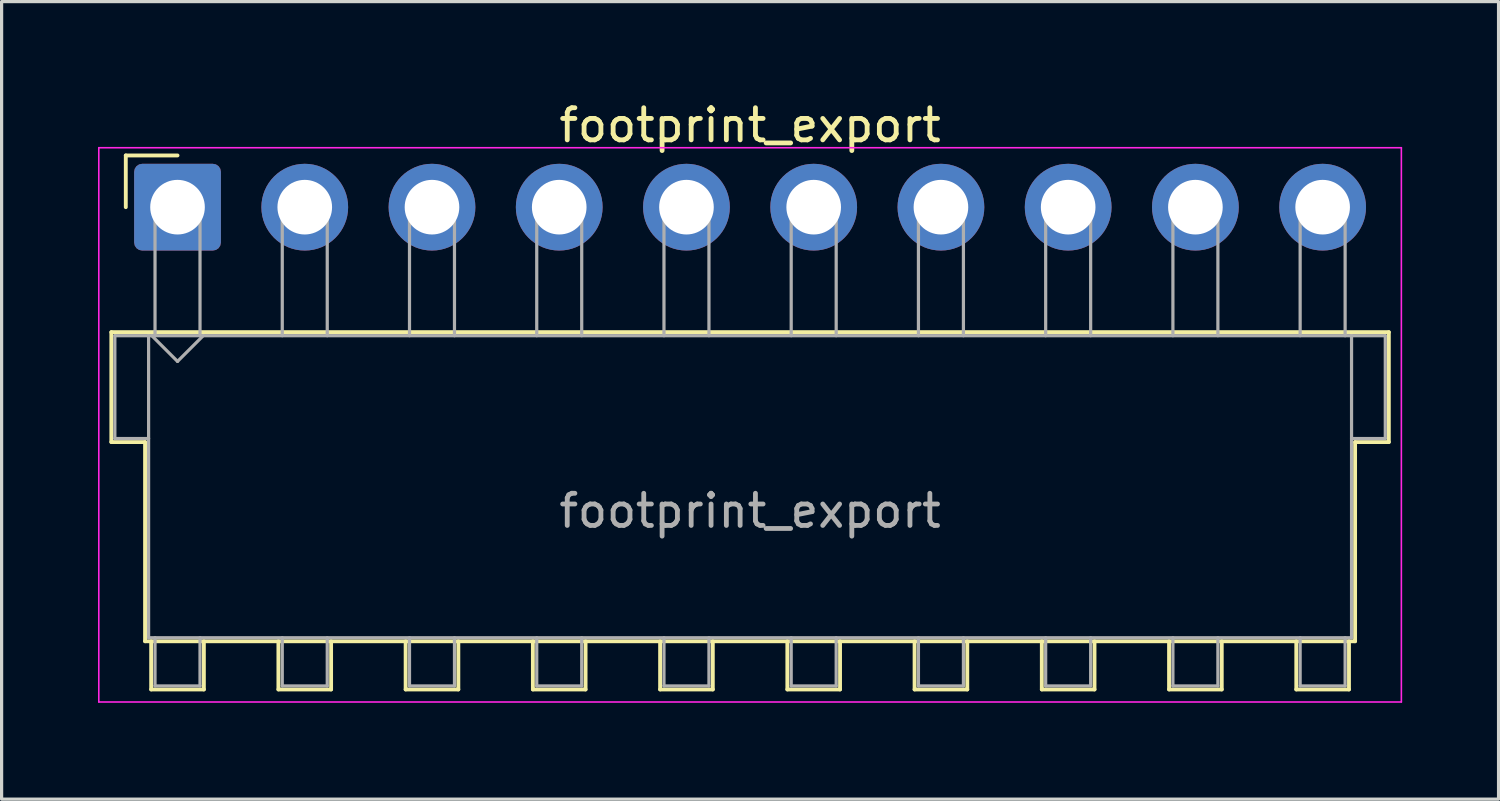
<source format=kicad_pcb>
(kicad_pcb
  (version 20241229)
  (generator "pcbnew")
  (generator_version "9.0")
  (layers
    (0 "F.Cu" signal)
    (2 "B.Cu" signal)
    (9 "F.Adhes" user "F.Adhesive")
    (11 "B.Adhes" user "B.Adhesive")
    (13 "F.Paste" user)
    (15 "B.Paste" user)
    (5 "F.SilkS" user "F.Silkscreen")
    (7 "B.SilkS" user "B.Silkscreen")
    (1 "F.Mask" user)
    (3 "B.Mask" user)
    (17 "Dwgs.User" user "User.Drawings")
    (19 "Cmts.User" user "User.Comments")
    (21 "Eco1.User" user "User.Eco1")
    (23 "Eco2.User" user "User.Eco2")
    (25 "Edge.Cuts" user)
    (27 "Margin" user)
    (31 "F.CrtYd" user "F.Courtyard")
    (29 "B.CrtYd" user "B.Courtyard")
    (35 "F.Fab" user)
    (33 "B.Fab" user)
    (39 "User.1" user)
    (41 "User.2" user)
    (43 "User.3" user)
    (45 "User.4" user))
  (footprint "footprint_export"
    (layer "F.Cu")
    (at 2.475 3.398)
    (property "Reference" "footprint_export" (at 17.82 -2.55 0) (layer "F.SilkS") (effects (font (size 1 1) (thickness 0.15))))
    (attr through_hole)
    (fp_line (start -2.06 3.89) (end 37.7 3.89) (stroke (width 0.12) (type solid)) (layer "F.SilkS"))
    (fp_line (start -2.06 7.31) (end -2.06 3.89) (stroke (width 0.12) (type solid)) (layer "F.SilkS"))
    (fp_line (start -1.61 -1.61) (end -1.61 0) (stroke (width 0.12) (type solid)) (layer "F.SilkS"))
    (fp_line (start -1.01 7.31) (end -2.06 7.31) (stroke (width 0.12) (type solid)) (layer "F.SilkS"))
    (fp_line (start -1.01 13.51) (end -1.01 7.31) (stroke (width 0.12) (type solid)) (layer "F.SilkS"))
    (fp_line (start -0.82 13.51) (end -0.82 15.01) (stroke (width 0.12) (type solid)) (layer "F.SilkS"))
    (fp_line (start -0.82 15.01) (end 0.82 15.01) (stroke (width 0.12) (type solid)) (layer "F.SilkS"))
    (fp_line (start 0 -1.61) (end -1.61 -1.61) (stroke (width 0.12) (type solid)) (layer "F.SilkS"))
    (fp_line (start 0.82 15.01) (end 0.82 13.51) (stroke (width 0.12) (type solid)) (layer "F.SilkS"))
    (fp_line (start 3.14 13.51) (end 3.14 15.01) (stroke (width 0.12) (type solid)) (layer "F.SilkS"))
    (fp_line (start 3.14 15.01) (end 4.78 15.01) (stroke (width 0.12) (type solid)) (layer "F.SilkS"))
    (fp_line (start 4.78 15.01) (end 4.78 13.51) (stroke (width 0.12) (type solid)) (layer "F.SilkS"))
    (fp_line (start 7.1 13.51) (end 7.1 15.01) (stroke (width 0.12) (type solid)) (layer "F.SilkS"))
    (fp_line (start 7.1 15.01) (end 8.74 15.01) (stroke (width 0.12) (type solid)) (layer "F.SilkS"))
    (fp_line (start 8.74 15.01) (end 8.74 13.51) (stroke (width 0.12) (type solid)) (layer "F.SilkS"))
    (fp_line (start 11.06 13.51) (end 11.06 15.01) (stroke (width 0.12) (type solid)) (layer "F.SilkS"))
    (fp_line (start 11.06 15.01) (end 12.7 15.01) (stroke (width 0.12) (type solid)) (layer "F.SilkS"))
    (fp_line (start 12.7 15.01) (end 12.7 13.51) (stroke (width 0.12) (type solid)) (layer "F.SilkS"))
    (fp_line (start 15.02 13.51) (end 15.02 15.01) (stroke (width 0.12) (type solid)) (layer "F.SilkS"))
    (fp_line (start 15.02 15.01) (end 16.66 15.01) (stroke (width 0.12) (type solid)) (layer "F.SilkS"))
    (fp_line (start 16.66 15.01) (end 16.66 13.51) (stroke (width 0.12) (type solid)) (layer "F.SilkS"))
    (fp_line (start 18.98 13.51) (end 18.98 15.01) (stroke (width 0.12) (type solid)) (layer "F.SilkS"))
    (fp_line (start 18.98 15.01) (end 20.62 15.01) (stroke (width 0.12) (type solid)) (layer "F.SilkS"))
    (fp_line (start 20.62 15.01) (end 20.62 13.51) (stroke (width 0.12) (type solid)) (layer "F.SilkS"))
    (fp_line (start 22.94 13.51) (end 22.94 15.01) (stroke (width 0.12) (type solid)) (layer "F.SilkS"))
    (fp_line (start 22.94 15.01) (end 24.58 15.01) (stroke (width 0.12) (type solid)) (layer "F.SilkS"))
    (fp_line (start 24.58 15.01) (end 24.58 13.51) (stroke (width 0.12) (type solid)) (layer "F.SilkS"))
    (fp_line (start 26.9 13.51) (end 26.9 15.01) (stroke (width 0.12) (type solid)) (layer "F.SilkS"))
    (fp_line (start 26.9 15.01) (end 28.54 15.01) (stroke (width 0.12) (type solid)) (layer "F.SilkS"))
    (fp_line (start 28.54 15.01) (end 28.54 13.51) (stroke (width 0.12) (type solid)) (layer "F.SilkS"))
    (fp_line (start 30.86 13.51) (end 30.86 15.01) (stroke (width 0.12) (type solid)) (layer "F.SilkS"))
    (fp_line (start 30.86 15.01) (end 32.5 15.01) (stroke (width 0.12) (type solid)) (layer "F.SilkS"))
    (fp_line (start 32.5 15.01) (end 32.5 13.51) (stroke (width 0.12) (type solid)) (layer "F.SilkS"))
    (fp_line (start 34.82 13.51) (end 34.82 15.01) (stroke (width 0.12) (type solid)) (layer "F.SilkS"))
    (fp_line (start 34.82 15.01) (end 36.46 15.01) (stroke (width 0.12) (type solid)) (layer "F.SilkS"))
    (fp_line (start 36.46 15.01) (end 36.46 13.51) (stroke (width 0.12) (type solid)) (layer "F.SilkS"))
    (fp_line (start 36.65 7.31) (end 36.65 13.51) (stroke (width 0.12) (type solid)) (layer "F.SilkS"))
    (fp_line (start 36.65 13.51) (end -1.01 13.51) (stroke (width 0.12) (type solid)) (layer "F.SilkS"))
    (fp_line (start 37.7 3.89) (end 37.7 7.31) (stroke (width 0.12) (type solid)) (layer "F.SilkS"))
    (fp_line (start 37.7 7.31) (end 36.65 7.31) (stroke (width 0.12) (type solid)) (layer "F.SilkS"))
    (fp_line (start -2.45 -1.85) (end -2.45 15.4) (stroke (width 0.05) (type solid)) (layer "F.CrtYd"))
    (fp_line (start -2.45 15.4) (end 38.09 15.4) (stroke (width 0.05) (type solid)) (layer "F.CrtYd"))
    (fp_line (start 38.09 -1.85) (end -2.45 -1.85) (stroke (width 0.05) (type solid)) (layer "F.CrtYd"))
    (fp_line (start 38.09 15.4) (end 38.09 -1.85) (stroke (width 0.05) (type solid)) (layer "F.CrtYd"))
    (fp_line (start -1.95 4) (end -0.9 4) (stroke (width 0.1) (type solid)) (layer "F.Fab"))
    (fp_line (start -1.95 7.2) (end -1.95 4) (stroke (width 0.1) (type solid)) (layer "F.Fab"))
    (fp_line (start -0.9 4) (end -0.9 13.4) (stroke (width 0.1) (type solid)) (layer "F.Fab"))
    (fp_line (start -0.9 7.2) (end -1.95 7.2) (stroke (width 0.1) (type solid)) (layer "F.Fab"))
    (fp_line (start -0.9 13.4) (end 36.54 13.4) (stroke (width 0.1) (type solid)) (layer "F.Fab"))
    (fp_line (start -0.8 4) (end 0 4.8) (stroke (width 0.1) (type solid)) (layer "F.Fab"))
    (fp_line (start -0.7 0) (end 0.7 0) (stroke (width 0.1) (type solid)) (layer "F.Fab"))
    (fp_line (start -0.7 4) (end -0.7 0) (stroke (width 0.1) (type solid)) (layer "F.Fab"))
    (fp_line (start -0.7 13.4) (end -0.7 14.9) (stroke (width 0.1) (type solid)) (layer "F.Fab"))
    (fp_line (start -0.7 14.9) (end 0.7 14.9) (stroke (width 0.1) (type solid)) (layer "F.Fab"))
    (fp_line (start 0 4.8) (end 0.8 4) (stroke (width 0.1) (type solid)) (layer "F.Fab"))
    (fp_line (start 0.7 0) (end 0.7 4) (stroke (width 0.1) (type solid)) (layer "F.Fab"))
    (fp_line (start 0.7 14.9) (end 0.7 13.4) (stroke (width 0.1) (type solid)) (layer "F.Fab"))
    (fp_line (start 3.26 0) (end 4.66 0) (stroke (width 0.1) (type solid)) (layer "F.Fab"))
    (fp_line (start 3.26 4) (end 3.26 0) (stroke (width 0.1) (type solid)) (layer "F.Fab"))
    (fp_line (start 3.26 13.4) (end 3.26 14.9) (stroke (width 0.1) (type solid)) (layer "F.Fab"))
    (fp_line (start 3.26 14.9) (end 4.66 14.9) (stroke (width 0.1) (type solid)) (layer "F.Fab"))
    (fp_line (start 4.66 0) (end 4.66 4) (stroke (width 0.1) (type solid)) (layer "F.Fab"))
    (fp_line (start 4.66 14.9) (end 4.66 13.4) (stroke (width 0.1) (type solid)) (layer "F.Fab"))
    (fp_line (start 7.22 0) (end 8.62 0) (stroke (width 0.1) (type solid)) (layer "F.Fab"))
    (fp_line (start 7.22 4) (end 7.22 0) (stroke (width 0.1) (type solid)) (layer "F.Fab"))
    (fp_line (start 7.22 13.4) (end 7.22 14.9) (stroke (width 0.1) (type solid)) (layer "F.Fab"))
    (fp_line (start 7.22 14.9) (end 8.62 14.9) (stroke (width 0.1) (type solid)) (layer "F.Fab"))
    (fp_line (start 8.62 0) (end 8.62 4) (stroke (width 0.1) (type solid)) (layer "F.Fab"))
    (fp_line (start 8.62 14.9) (end 8.62 13.4) (stroke (width 0.1) (type solid)) (layer "F.Fab"))
    (fp_line (start 11.18 0) (end 12.58 0) (stroke (width 0.1) (type solid)) (layer "F.Fab"))
    (fp_line (start 11.18 4) (end 11.18 0) (stroke (width 0.1) (type solid)) (layer "F.Fab"))
    (fp_line (start 11.18 13.4) (end 11.18 14.9) (stroke (width 0.1) (type solid)) (layer "F.Fab"))
    (fp_line (start 11.18 14.9) (end 12.58 14.9) (stroke (width 0.1) (type solid)) (layer "F.Fab"))
    (fp_line (start 12.58 0) (end 12.58 4) (stroke (width 0.1) (type solid)) (layer "F.Fab"))
    (fp_line (start 12.58 14.9) (end 12.58 13.4) (stroke (width 0.1) (type solid)) (layer "F.Fab"))
    (fp_line (start 15.14 0) (end 16.54 0) (stroke (width 0.1) (type solid)) (layer "F.Fab"))
    (fp_line (start 15.14 4) (end 15.14 0) (stroke (width 0.1) (type solid)) (layer "F.Fab"))
    (fp_line (start 15.14 13.4) (end 15.14 14.9) (stroke (width 0.1) (type solid)) (layer "F.Fab"))
    (fp_line (start 15.14 14.9) (end 16.54 14.9) (stroke (width 0.1) (type solid)) (layer "F.Fab"))
    (fp_line (start 16.54 0) (end 16.54 4) (stroke (width 0.1) (type solid)) (layer "F.Fab"))
    (fp_line (start 16.54 14.9) (end 16.54 13.4) (stroke (width 0.1) (type solid)) (layer "F.Fab"))
    (fp_line (start 19.1 0) (end 20.5 0) (stroke (width 0.1) (type solid)) (layer "F.Fab"))
    (fp_line (start 19.1 4) (end 19.1 0) (stroke (width 0.1) (type solid)) (layer "F.Fab"))
    (fp_line (start 19.1 13.4) (end 19.1 14.9) (stroke (width 0.1) (type solid)) (layer "F.Fab"))
    (fp_line (start 19.1 14.9) (end 20.5 14.9) (stroke (width 0.1) (type solid)) (layer "F.Fab"))
    (fp_line (start 20.5 0) (end 20.5 4) (stroke (width 0.1) (type solid)) (layer "F.Fab"))
    (fp_line (start 20.5 14.9) (end 20.5 13.4) (stroke (width 0.1) (type solid)) (layer "F.Fab"))
    (fp_line (start 23.06 0) (end 24.46 0) (stroke (width 0.1) (type solid)) (layer "F.Fab"))
    (fp_line (start 23.06 4) (end 23.06 0) (stroke (width 0.1) (type solid)) (layer "F.Fab"))
    (fp_line (start 23.06 13.4) (end 23.06 14.9) (stroke (width 0.1) (type solid)) (layer "F.Fab"))
    (fp_line (start 23.06 14.9) (end 24.46 14.9) (stroke (width 0.1) (type solid)) (layer "F.Fab"))
    (fp_line (start 24.46 0) (end 24.46 4) (stroke (width 0.1) (type solid)) (layer "F.Fab"))
    (fp_line (start 24.46 14.9) (end 24.46 13.4) (stroke (width 0.1) (type solid)) (layer "F.Fab"))
    (fp_line (start 27.02 0) (end 28.42 0) (stroke (width 0.1) (type solid)) (layer "F.Fab"))
    (fp_line (start 27.02 4) (end 27.02 0) (stroke (width 0.1) (type solid)) (layer "F.Fab"))
    (fp_line (start 27.02 13.4) (end 27.02 14.9) (stroke (width 0.1) (type solid)) (layer "F.Fab"))
    (fp_line (start 27.02 14.9) (end 28.42 14.9) (stroke (width 0.1) (type solid)) (layer "F.Fab"))
    (fp_line (start 28.42 0) (end 28.42 4) (stroke (width 0.1) (type solid)) (layer "F.Fab"))
    (fp_line (start 28.42 14.9) (end 28.42 13.4) (stroke (width 0.1) (type solid)) (layer "F.Fab"))
    (fp_line (start 30.98 0) (end 32.38 0) (stroke (width 0.1) (type solid)) (layer "F.Fab"))
    (fp_line (start 30.98 4) (end 30.98 0) (stroke (width 0.1) (type solid)) (layer "F.Fab"))
    (fp_line (start 30.98 13.4) (end 30.98 14.9) (stroke (width 0.1) (type solid)) (layer "F.Fab"))
    (fp_line (start 30.98 14.9) (end 32.38 14.9) (stroke (width 0.1) (type solid)) (layer "F.Fab"))
    (fp_line (start 32.38 0) (end 32.38 4) (stroke (width 0.1) (type solid)) (layer "F.Fab"))
    (fp_line (start 32.38 14.9) (end 32.38 13.4) (stroke (width 0.1) (type solid)) (layer "F.Fab"))
    (fp_line (start 34.94 0) (end 36.34 0) (stroke (width 0.1) (type solid)) (layer "F.Fab"))
    (fp_line (start 34.94 4) (end 34.94 0) (stroke (width 0.1) (type solid)) (layer "F.Fab"))
    (fp_line (start 34.94 13.4) (end 34.94 14.9) (stroke (width 0.1) (type solid)) (layer "F.Fab"))
    (fp_line (start 34.94 14.9) (end 36.34 14.9) (stroke (width 0.1) (type solid)) (layer "F.Fab"))
    (fp_line (start 36.34 0) (end 36.34 4) (stroke (width 0.1) (type solid)) (layer "F.Fab"))
    (fp_line (start 36.34 14.9) (end 36.34 13.4) (stroke (width 0.1) (type solid)) (layer "F.Fab"))
    (fp_line (start 36.54 4) (end -0.9 4) (stroke (width 0.1) (type solid)) (layer "F.Fab"))
    (fp_line (start 36.54 4) (end 37.59 4) (stroke (width 0.1) (type solid)) (layer "F.Fab"))
    (fp_line (start 36.54 13.4) (end 36.54 4) (stroke (width 0.1) (type solid)) (layer "F.Fab"))
    (fp_line (start 37.59 4) (end 37.59 7.2) (stroke (width 0.1) (type solid)) (layer "F.Fab"))
    (fp_line (start 37.59 7.2) (end 36.54 7.2) (stroke (width 0.1) (type solid)) (layer "F.Fab"))
    (fp_text user "${REFERENCE}" (at 17.82 9.45 0) (layer "F.Fab") (effects (font (size 1 1) (thickness 0.15))))
    (pad "1" thru_hole roundrect (at 0 0) (size 2.7 2.7) (drill 1.7) (layers "*.Cu" "*.Mask") (roundrect_rratio 0.093))
    (pad "2" thru_hole circle (at 3.96 0) (size 2.7 2.7) (drill 1.7) (layers "*.Cu" "*.Mask"))
    (pad "3" thru_hole circle (at 7.92 0) (size 2.7 2.7) (drill 1.7) (layers "*.Cu" "*.Mask"))
    (pad "4" thru_hole circle (at 11.88 0) (size 2.7 2.7) (drill 1.7) (layers "*.Cu" "*.Mask"))
    (pad "5" thru_hole circle (at 15.84 0) (size 2.7 2.7) (drill 1.7) (layers "*.Cu" "*.Mask"))
    (pad "6" thru_hole circle (at 19.8 0) (size 2.7 2.7) (drill 1.7) (layers "*.Cu" "*.Mask"))
    (pad "7" thru_hole circle (at 23.76 0) (size 2.7 2.7) (drill 1.7) (layers "*.Cu" "*.Mask"))
    (pad "8" thru_hole circle (at 27.72 0) (size 2.7 2.7) (drill 1.7) (layers "*.Cu" "*.Mask"))
    (pad "9" thru_hole circle (at 31.68 0) (size 2.7 2.7) (drill 1.7) (layers "*.Cu" "*.Mask"))
    (pad "10" thru_hole circle (at 35.64 0) (size 2.7 2.7) (drill 1.7) (layers "*.Cu" "*.Mask")))
  (gr_rect
    (start -3 -3)
    (end 43.59 21.823)
    (stroke (width 0.1) (type default))
    (fill no)
    (layer "Edge.Cuts")))
</source>
